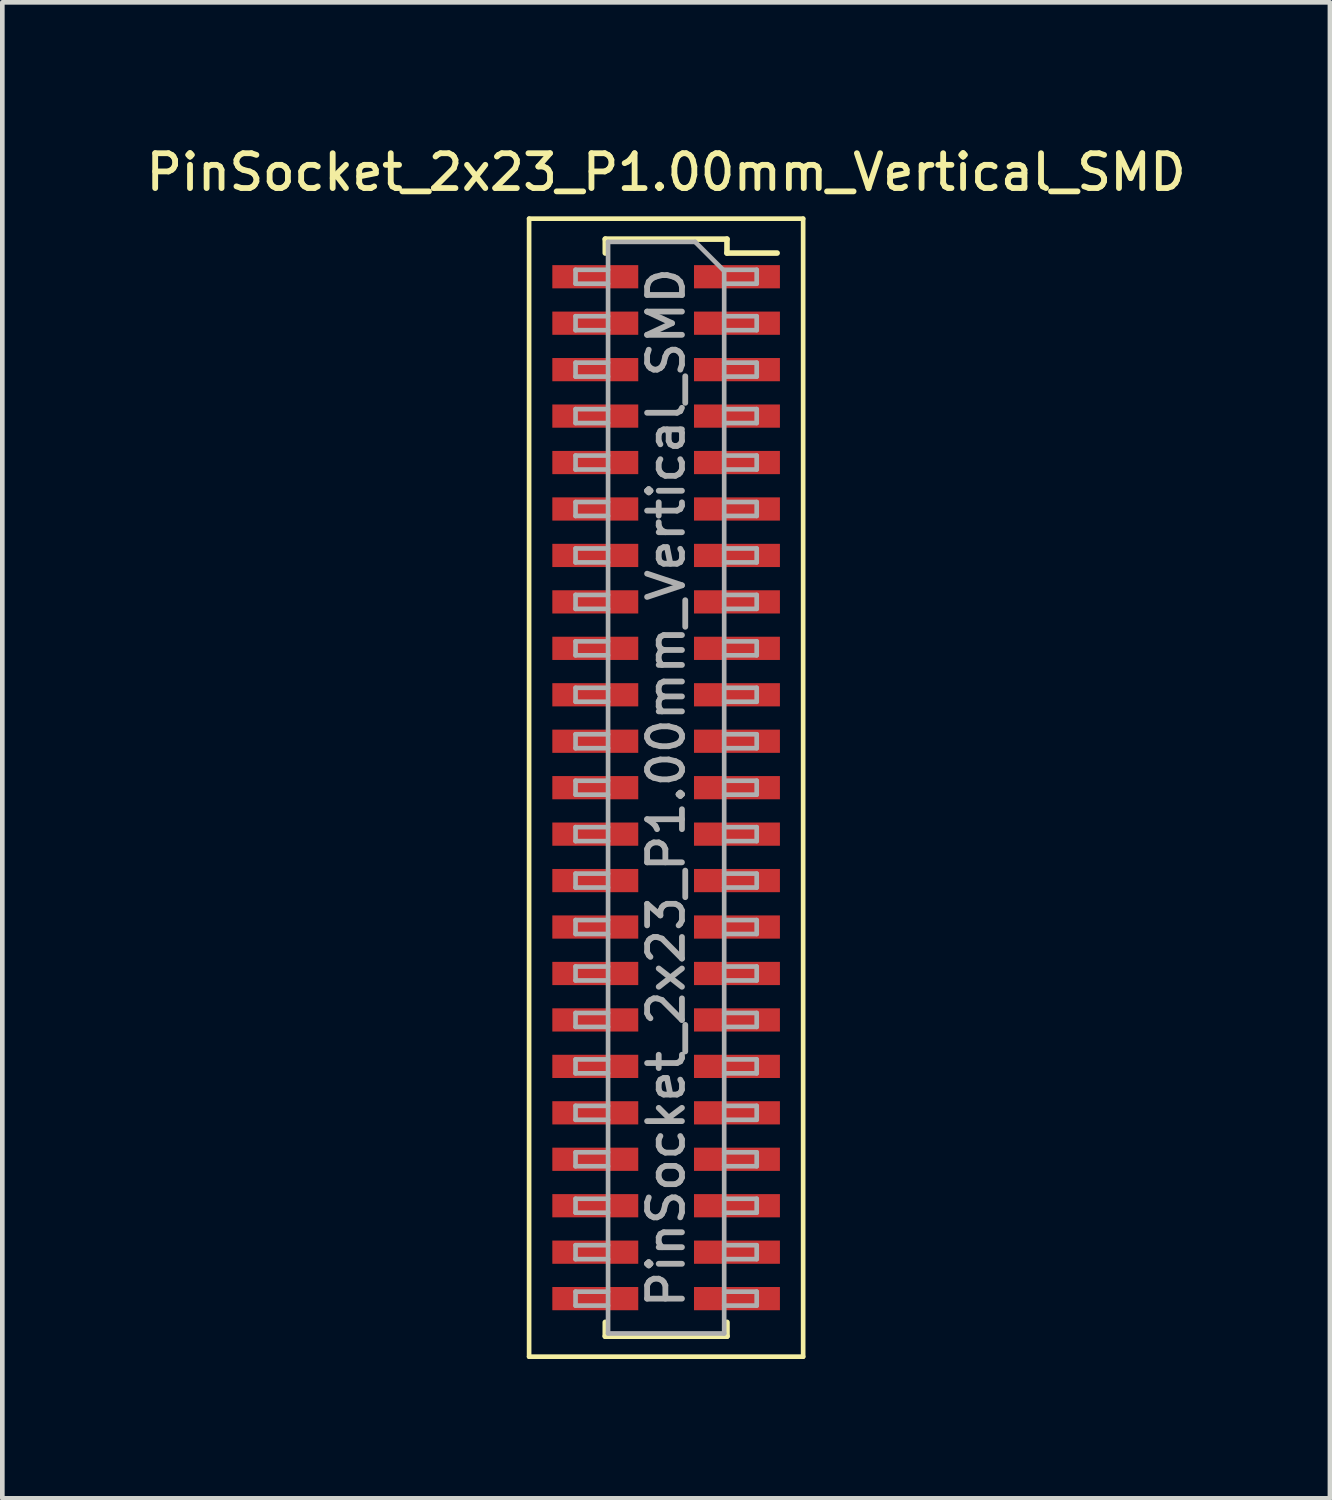
<source format=kicad_pcb>
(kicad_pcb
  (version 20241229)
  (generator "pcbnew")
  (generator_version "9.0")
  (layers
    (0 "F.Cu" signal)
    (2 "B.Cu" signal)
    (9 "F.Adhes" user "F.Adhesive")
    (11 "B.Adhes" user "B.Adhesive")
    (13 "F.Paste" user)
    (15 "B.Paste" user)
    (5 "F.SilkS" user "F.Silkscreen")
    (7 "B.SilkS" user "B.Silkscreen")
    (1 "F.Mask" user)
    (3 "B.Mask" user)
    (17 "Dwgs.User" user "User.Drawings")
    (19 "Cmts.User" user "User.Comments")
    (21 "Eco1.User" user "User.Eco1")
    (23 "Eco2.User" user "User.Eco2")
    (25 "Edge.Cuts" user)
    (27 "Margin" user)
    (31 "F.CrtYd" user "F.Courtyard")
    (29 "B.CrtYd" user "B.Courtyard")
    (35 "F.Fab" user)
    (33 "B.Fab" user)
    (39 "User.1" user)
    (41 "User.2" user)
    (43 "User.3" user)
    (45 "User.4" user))
  (footprint "PinSocket_2x23_P1.00mm_Vertical_SMD"
    (layer "F.Cu")
    (at 11.291 13.908)
    (property "Reference" "PinSocket_2x23_P1.00mm_Vertical_SMD" (at 0 -13.25 0) (layer "F.SilkS") (effects (font (size 0.75 0.75) (thickness 0.125))))
    (attr smd)
    (fp_line (start -2.95 -12.25) (end 2.95 -12.25) (stroke (width 0.1) (type solid)) (layer "F.SilkS"))
    (fp_line (start -2.95 12.25) (end -2.95 -12.25) (stroke (width 0.1) (type solid)) (layer "F.SilkS"))
    (fp_line (start -1.31 -11.81) (end -1.31 -11.51) (stroke (width 0.12) (type solid)) (layer "F.SilkS"))
    (fp_line (start -1.31 -11.81) (end 1.31 -11.81) (stroke (width 0.12) (type solid)) (layer "F.SilkS"))
    (fp_line (start -1.31 11.51) (end -1.31 11.81) (stroke (width 0.12) (type solid)) (layer "F.SilkS"))
    (fp_line (start -1.31 11.81) (end 1.31 11.81) (stroke (width 0.12) (type solid)) (layer "F.SilkS"))
    (fp_line (start 1.31 -11.81) (end 1.31 -11.51) (stroke (width 0.12) (type solid)) (layer "F.SilkS"))
    (fp_line (start 1.31 -11.51) (end 2.39 -11.51) (stroke (width 0.12) (type solid)) (layer "F.SilkS"))
    (fp_line (start 1.31 11.51) (end 1.31 11.81) (stroke (width 0.12) (type solid)) (layer "F.SilkS"))
    (fp_line (start 2.95 -12.25) (end 2.95 12.25) (stroke (width 0.1) (type solid)) (layer "F.SilkS"))
    (fp_line (start 2.95 12.25) (end -2.95 12.25) (stroke (width 0.1) (type solid)) (layer "F.SilkS"))
    (fp_line (start -1.95 -11.15) (end -1.25 -11.15) (stroke (width 0.1) (type solid)) (layer "F.Fab"))
    (fp_line (start -1.95 -10.85) (end -1.95 -11.15) (stroke (width 0.1) (type solid)) (layer "F.Fab"))
    (fp_line (start -1.95 -10.15) (end -1.25 -10.15) (stroke (width 0.1) (type solid)) (layer "F.Fab"))
    (fp_line (start -1.95 -9.85) (end -1.95 -10.15) (stroke (width 0.1) (type solid)) (layer "F.Fab"))
    (fp_line (start -1.95 -9.15) (end -1.25 -9.15) (stroke (width 0.1) (type solid)) (layer "F.Fab"))
    (fp_line (start -1.95 -8.85) (end -1.95 -9.15) (stroke (width 0.1) (type solid)) (layer "F.Fab"))
    (fp_line (start -1.95 -8.15) (end -1.25 -8.15) (stroke (width 0.1) (type solid)) (layer "F.Fab"))
    (fp_line (start -1.95 -7.85) (end -1.95 -8.15) (stroke (width 0.1) (type solid)) (layer "F.Fab"))
    (fp_line (start -1.95 -7.15) (end -1.25 -7.15) (stroke (width 0.1) (type solid)) (layer "F.Fab"))
    (fp_line (start -1.95 -6.85) (end -1.95 -7.15) (stroke (width 0.1) (type solid)) (layer "F.Fab"))
    (fp_line (start -1.95 -6.15) (end -1.25 -6.15) (stroke (width 0.1) (type solid)) (layer "F.Fab"))
    (fp_line (start -1.95 -5.85) (end -1.95 -6.15) (stroke (width 0.1) (type solid)) (layer "F.Fab"))
    (fp_line (start -1.95 -5.15) (end -1.25 -5.15) (stroke (width 0.1) (type solid)) (layer "F.Fab"))
    (fp_line (start -1.95 -4.85) (end -1.95 -5.15) (stroke (width 0.1) (type solid)) (layer "F.Fab"))
    (fp_line (start -1.95 -4.15) (end -1.25 -4.15) (stroke (width 0.1) (type solid)) (layer "F.Fab"))
    (fp_line (start -1.95 -3.85) (end -1.95 -4.15) (stroke (width 0.1) (type solid)) (layer "F.Fab"))
    (fp_line (start -1.95 -3.15) (end -1.25 -3.15) (stroke (width 0.1) (type solid)) (layer "F.Fab"))
    (fp_line (start -1.95 -2.85) (end -1.95 -3.15) (stroke (width 0.1) (type solid)) (layer "F.Fab"))
    (fp_line (start -1.95 -2.15) (end -1.25 -2.15) (stroke (width 0.1) (type solid)) (layer "F.Fab"))
    (fp_line (start -1.95 -1.85) (end -1.95 -2.15) (stroke (width 0.1) (type solid)) (layer "F.Fab"))
    (fp_line (start -1.95 -1.15) (end -1.25 -1.15) (stroke (width 0.1) (type solid)) (layer "F.Fab"))
    (fp_line (start -1.95 -0.85) (end -1.95 -1.15) (stroke (width 0.1) (type solid)) (layer "F.Fab"))
    (fp_line (start -1.95 -0.15) (end -1.25 -0.15) (stroke (width 0.1) (type solid)) (layer "F.Fab"))
    (fp_line (start -1.95 0.15) (end -1.95 -0.15) (stroke (width 0.1) (type solid)) (layer "F.Fab"))
    (fp_line (start -1.95 0.85) (end -1.25 0.85) (stroke (width 0.1) (type solid)) (layer "F.Fab"))
    (fp_line (start -1.95 1.15) (end -1.95 0.85) (stroke (width 0.1) (type solid)) (layer "F.Fab"))
    (fp_line (start -1.95 1.85) (end -1.25 1.85) (stroke (width 0.1) (type solid)) (layer "F.Fab"))
    (fp_line (start -1.95 2.15) (end -1.95 1.85) (stroke (width 0.1) (type solid)) (layer "F.Fab"))
    (fp_line (start -1.95 2.85) (end -1.25 2.85) (stroke (width 0.1) (type solid)) (layer "F.Fab"))
    (fp_line (start -1.95 3.15) (end -1.95 2.85) (stroke (width 0.1) (type solid)) (layer "F.Fab"))
    (fp_line (start -1.95 3.85) (end -1.25 3.85) (stroke (width 0.1) (type solid)) (layer "F.Fab"))
    (fp_line (start -1.95 4.15) (end -1.95 3.85) (stroke (width 0.1) (type solid)) (layer "F.Fab"))
    (fp_line (start -1.95 4.85) (end -1.25 4.85) (stroke (width 0.1) (type solid)) (layer "F.Fab"))
    (fp_line (start -1.95 5.15) (end -1.95 4.85) (stroke (width 0.1) (type solid)) (layer "F.Fab"))
    (fp_line (start -1.95 5.85) (end -1.25 5.85) (stroke (width 0.1) (type solid)) (layer "F.Fab"))
    (fp_line (start -1.95 6.15) (end -1.95 5.85) (stroke (width 0.1) (type solid)) (layer "F.Fab"))
    (fp_line (start -1.95 6.85) (end -1.25 6.85) (stroke (width 0.1) (type solid)) (layer "F.Fab"))
    (fp_line (start -1.95 7.15) (end -1.95 6.85) (stroke (width 0.1) (type solid)) (layer "F.Fab"))
    (fp_line (start -1.95 7.85) (end -1.25 7.85) (stroke (width 0.1) (type solid)) (layer "F.Fab"))
    (fp_line (start -1.95 8.15) (end -1.95 7.85) (stroke (width 0.1) (type solid)) (layer "F.Fab"))
    (fp_line (start -1.95 8.85) (end -1.25 8.85) (stroke (width 0.1) (type solid)) (layer "F.Fab"))
    (fp_line (start -1.95 9.15) (end -1.95 8.85) (stroke (width 0.1) (type solid)) (layer "F.Fab"))
    (fp_line (start -1.95 9.85) (end -1.25 9.85) (stroke (width 0.1) (type solid)) (layer "F.Fab"))
    (fp_line (start -1.95 10.15) (end -1.95 9.85) (stroke (width 0.1) (type solid)) (layer "F.Fab"))
    (fp_line (start -1.95 10.85) (end -1.25 10.85) (stroke (width 0.1) (type solid)) (layer "F.Fab"))
    (fp_line (start -1.95 11.15) (end -1.95 10.85) (stroke (width 0.1) (type solid)) (layer "F.Fab"))
    (fp_line (start -1.25 -11.75) (end 0.625 -11.75) (stroke (width 0.1) (type solid)) (layer "F.Fab"))
    (fp_line (start -1.25 -10.85) (end -1.95 -10.85) (stroke (width 0.1) (type solid)) (layer "F.Fab"))
    (fp_line (start -1.25 -9.85) (end -1.95 -9.85) (stroke (width 0.1) (type solid)) (layer "F.Fab"))
    (fp_line (start -1.25 -8.85) (end -1.95 -8.85) (stroke (width 0.1) (type solid)) (layer "F.Fab"))
    (fp_line (start -1.25 -7.85) (end -1.95 -7.85) (stroke (width 0.1) (type solid)) (layer "F.Fab"))
    (fp_line (start -1.25 -6.85) (end -1.95 -6.85) (stroke (width 0.1) (type solid)) (layer "F.Fab"))
    (fp_line (start -1.25 -5.85) (end -1.95 -5.85) (stroke (width 0.1) (type solid)) (layer "F.Fab"))
    (fp_line (start -1.25 -4.85) (end -1.95 -4.85) (stroke (width 0.1) (type solid)) (layer "F.Fab"))
    (fp_line (start -1.25 -3.85) (end -1.95 -3.85) (stroke (width 0.1) (type solid)) (layer "F.Fab"))
    (fp_line (start -1.25 -2.85) (end -1.95 -2.85) (stroke (width 0.1) (type solid)) (layer "F.Fab"))
    (fp_line (start -1.25 -1.85) (end -1.95 -1.85) (stroke (width 0.1) (type solid)) (layer "F.Fab"))
    (fp_line (start -1.25 -0.85) (end -1.95 -0.85) (stroke (width 0.1) (type solid)) (layer "F.Fab"))
    (fp_line (start -1.25 0.15) (end -1.95 0.15) (stroke (width 0.1) (type solid)) (layer "F.Fab"))
    (fp_line (start -1.25 1.15) (end -1.95 1.15) (stroke (width 0.1) (type solid)) (layer "F.Fab"))
    (fp_line (start -1.25 2.15) (end -1.95 2.15) (stroke (width 0.1) (type solid)) (layer "F.Fab"))
    (fp_line (start -1.25 3.15) (end -1.95 3.15) (stroke (width 0.1) (type solid)) (layer "F.Fab"))
    (fp_line (start -1.25 4.15) (end -1.95 4.15) (stroke (width 0.1) (type solid)) (layer "F.Fab"))
    (fp_line (start -1.25 5.15) (end -1.95 5.15) (stroke (width 0.1) (type solid)) (layer "F.Fab"))
    (fp_line (start -1.25 6.15) (end -1.95 6.15) (stroke (width 0.1) (type solid)) (layer "F.Fab"))
    (fp_line (start -1.25 7.15) (end -1.95 7.15) (stroke (width 0.1) (type solid)) (layer "F.Fab"))
    (fp_line (start -1.25 8.15) (end -1.95 8.15) (stroke (width 0.1) (type solid)) (layer "F.Fab"))
    (fp_line (start -1.25 9.15) (end -1.95 9.15) (stroke (width 0.1) (type solid)) (layer "F.Fab"))
    (fp_line (start -1.25 10.15) (end -1.95 10.15) (stroke (width 0.1) (type solid)) (layer "F.Fab"))
    (fp_line (start -1.25 11.15) (end -1.95 11.15) (stroke (width 0.1) (type solid)) (layer "F.Fab"))
    (fp_line (start -1.25 11.75) (end -1.25 -11.75) (stroke (width 0.1) (type solid)) (layer "F.Fab"))
    (fp_line (start 0.625 -11.75) (end 1.25 -11.125) (stroke (width 0.1) (type solid)) (layer "F.Fab"))
    (fp_line (start 1.25 -11.15) (end 1.95 -11.15) (stroke (width 0.1) (type solid)) (layer "F.Fab"))
    (fp_line (start 1.25 -11.125) (end 1.25 11.75) (stroke (width 0.1) (type solid)) (layer "F.Fab"))
    (fp_line (start 1.25 -10.15) (end 1.95 -10.15) (stroke (width 0.1) (type solid)) (layer "F.Fab"))
    (fp_line (start 1.25 -9.15) (end 1.95 -9.15) (stroke (width 0.1) (type solid)) (layer "F.Fab"))
    (fp_line (start 1.25 -8.15) (end 1.95 -8.15) (stroke (width 0.1) (type solid)) (layer "F.Fab"))
    (fp_line (start 1.25 -7.15) (end 1.95 -7.15) (stroke (width 0.1) (type solid)) (layer "F.Fab"))
    (fp_line (start 1.25 -6.15) (end 1.95 -6.15) (stroke (width 0.1) (type solid)) (layer "F.Fab"))
    (fp_line (start 1.25 -5.15) (end 1.95 -5.15) (stroke (width 0.1) (type solid)) (layer "F.Fab"))
    (fp_line (start 1.25 -4.15) (end 1.95 -4.15) (stroke (width 0.1) (type solid)) (layer "F.Fab"))
    (fp_line (start 1.25 -3.15) (end 1.95 -3.15) (stroke (width 0.1) (type solid)) (layer "F.Fab"))
    (fp_line (start 1.25 -2.15) (end 1.95 -2.15) (stroke (width 0.1) (type solid)) (layer "F.Fab"))
    (fp_line (start 1.25 -1.15) (end 1.95 -1.15) (stroke (width 0.1) (type solid)) (layer "F.Fab"))
    (fp_line (start 1.25 -0.15) (end 1.95 -0.15) (stroke (width 0.1) (type solid)) (layer "F.Fab"))
    (fp_line (start 1.25 0.85) (end 1.95 0.85) (stroke (width 0.1) (type solid)) (layer "F.Fab"))
    (fp_line (start 1.25 1.85) (end 1.95 1.85) (stroke (width 0.1) (type solid)) (layer "F.Fab"))
    (fp_line (start 1.25 2.85) (end 1.95 2.85) (stroke (width 0.1) (type solid)) (layer "F.Fab"))
    (fp_line (start 1.25 3.85) (end 1.95 3.85) (stroke (width 0.1) (type solid)) (layer "F.Fab"))
    (fp_line (start 1.25 4.85) (end 1.95 4.85) (stroke (width 0.1) (type solid)) (layer "F.Fab"))
    (fp_line (start 1.25 5.85) (end 1.95 5.85) (stroke (width 0.1) (type solid)) (layer "F.Fab"))
    (fp_line (start 1.25 6.85) (end 1.95 6.85) (stroke (width 0.1) (type solid)) (layer "F.Fab"))
    (fp_line (start 1.25 7.85) (end 1.95 7.85) (stroke (width 0.1) (type solid)) (layer "F.Fab"))
    (fp_line (start 1.25 8.85) (end 1.95 8.85) (stroke (width 0.1) (type solid)) (layer "F.Fab"))
    (fp_line (start 1.25 9.85) (end 1.95 9.85) (stroke (width 0.1) (type solid)) (layer "F.Fab"))
    (fp_line (start 1.25 10.85) (end 1.95 10.85) (stroke (width 0.1) (type solid)) (layer "F.Fab"))
    (fp_line (start 1.25 11.75) (end -1.25 11.75) (stroke (width 0.1) (type solid)) (layer "F.Fab"))
    (fp_line (start 1.95 -11.15) (end 1.95 -10.85) (stroke (width 0.1) (type solid)) (layer "F.Fab"))
    (fp_line (start 1.95 -10.85) (end 1.25 -10.85) (stroke (width 0.1) (type solid)) (layer "F.Fab"))
    (fp_line (start 1.95 -10.15) (end 1.95 -9.85) (stroke (width 0.1) (type solid)) (layer "F.Fab"))
    (fp_line (start 1.95 -9.85) (end 1.25 -9.85) (stroke (width 0.1) (type solid)) (layer "F.Fab"))
    (fp_line (start 1.95 -9.15) (end 1.95 -8.85) (stroke (width 0.1) (type solid)) (layer "F.Fab"))
    (fp_line (start 1.95 -8.85) (end 1.25 -8.85) (stroke (width 0.1) (type solid)) (layer "F.Fab"))
    (fp_line (start 1.95 -8.15) (end 1.95 -7.85) (stroke (width 0.1) (type solid)) (layer "F.Fab"))
    (fp_line (start 1.95 -7.85) (end 1.25 -7.85) (stroke (width 0.1) (type solid)) (layer "F.Fab"))
    (fp_line (start 1.95 -7.15) (end 1.95 -6.85) (stroke (width 0.1) (type solid)) (layer "F.Fab"))
    (fp_line (start 1.95 -6.85) (end 1.25 -6.85) (stroke (width 0.1) (type solid)) (layer "F.Fab"))
    (fp_line (start 1.95 -6.15) (end 1.95 -5.85) (stroke (width 0.1) (type solid)) (layer "F.Fab"))
    (fp_line (start 1.95 -5.85) (end 1.25 -5.85) (stroke (width 0.1) (type solid)) (layer "F.Fab"))
    (fp_line (start 1.95 -5.15) (end 1.95 -4.85) (stroke (width 0.1) (type solid)) (layer "F.Fab"))
    (fp_line (start 1.95 -4.85) (end 1.25 -4.85) (stroke (width 0.1) (type solid)) (layer "F.Fab"))
    (fp_line (start 1.95 -4.15) (end 1.95 -3.85) (stroke (width 0.1) (type solid)) (layer "F.Fab"))
    (fp_line (start 1.95 -3.85) (end 1.25 -3.85) (stroke (width 0.1) (type solid)) (layer "F.Fab"))
    (fp_line (start 1.95 -3.15) (end 1.95 -2.85) (stroke (width 0.1) (type solid)) (layer "F.Fab"))
    (fp_line (start 1.95 -2.85) (end 1.25 -2.85) (stroke (width 0.1) (type solid)) (layer "F.Fab"))
    (fp_line (start 1.95 -2.15) (end 1.95 -1.85) (stroke (width 0.1) (type solid)) (layer "F.Fab"))
    (fp_line (start 1.95 -1.85) (end 1.25 -1.85) (stroke (width 0.1) (type solid)) (layer "F.Fab"))
    (fp_line (start 1.95 -1.15) (end 1.95 -0.85) (stroke (width 0.1) (type solid)) (layer "F.Fab"))
    (fp_line (start 1.95 -0.85) (end 1.25 -0.85) (stroke (width 0.1) (type solid)) (layer "F.Fab"))
    (fp_line (start 1.95 -0.15) (end 1.95 0.15) (stroke (width 0.1) (type solid)) (layer "F.Fab"))
    (fp_line (start 1.95 0.15) (end 1.25 0.15) (stroke (width 0.1) (type solid)) (layer "F.Fab"))
    (fp_line (start 1.95 0.85) (end 1.95 1.15) (stroke (width 0.1) (type solid)) (layer "F.Fab"))
    (fp_line (start 1.95 1.15) (end 1.25 1.15) (stroke (width 0.1) (type solid)) (layer "F.Fab"))
    (fp_line (start 1.95 1.85) (end 1.95 2.15) (stroke (width 0.1) (type solid)) (layer "F.Fab"))
    (fp_line (start 1.95 2.15) (end 1.25 2.15) (stroke (width 0.1) (type solid)) (layer "F.Fab"))
    (fp_line (start 1.95 2.85) (end 1.95 3.15) (stroke (width 0.1) (type solid)) (layer "F.Fab"))
    (fp_line (start 1.95 3.15) (end 1.25 3.15) (stroke (width 0.1) (type solid)) (layer "F.Fab"))
    (fp_line (start 1.95 3.85) (end 1.95 4.15) (stroke (width 0.1) (type solid)) (layer "F.Fab"))
    (fp_line (start 1.95 4.15) (end 1.25 4.15) (stroke (width 0.1) (type solid)) (layer "F.Fab"))
    (fp_line (start 1.95 4.85) (end 1.95 5.15) (stroke (width 0.1) (type solid)) (layer "F.Fab"))
    (fp_line (start 1.95 5.15) (end 1.25 5.15) (stroke (width 0.1) (type solid)) (layer "F.Fab"))
    (fp_line (start 1.95 5.85) (end 1.95 6.15) (stroke (width 0.1) (type solid)) (layer "F.Fab"))
    (fp_line (start 1.95 6.15) (end 1.25 6.15) (stroke (width 0.1) (type solid)) (layer "F.Fab"))
    (fp_line (start 1.95 6.85) (end 1.95 7.15) (stroke (width 0.1) (type solid)) (layer "F.Fab"))
    (fp_line (start 1.95 7.15) (end 1.25 7.15) (stroke (width 0.1) (type solid)) (layer "F.Fab"))
    (fp_line (start 1.95 7.85) (end 1.95 8.15) (stroke (width 0.1) (type solid)) (layer "F.Fab"))
    (fp_line (start 1.95 8.15) (end 1.25 8.15) (stroke (width 0.1) (type solid)) (layer "F.Fab"))
    (fp_line (start 1.95 8.85) (end 1.95 9.15) (stroke (width 0.1) (type solid)) (layer "F.Fab"))
    (fp_line (start 1.95 9.15) (end 1.25 9.15) (stroke (width 0.1) (type solid)) (layer "F.Fab"))
    (fp_line (start 1.95 9.85) (end 1.95 10.15) (stroke (width 0.1) (type solid)) (layer "F.Fab"))
    (fp_line (start 1.95 10.15) (end 1.25 10.15) (stroke (width 0.1) (type solid)) (layer "F.Fab"))
    (fp_line (start 1.95 10.85) (end 1.95 11.15) (stroke (width 0.1) (type solid)) (layer "F.Fab"))
    (fp_line (start 1.95 11.15) (end 1.25 11.15) (stroke (width 0.1) (type solid)) (layer "F.Fab"))
    (fp_text user "${REFERENCE}" (at 0 0 90) (layer "F.Fab") (effects (font (size 0.75 0.75) (thickness 0.125))))
    (pad "1" smd rect (at 1.525 -11) (size 1.85 0.5) (layers "F.Cu" "F.Mask" "F.Paste"))
    (pad "2" smd rect (at -1.525 -11) (size 1.85 0.5) (layers "F.Cu" "F.Mask" "F.Paste"))
    (pad "3" smd rect (at 1.525 -10) (size 1.85 0.5) (layers "F.Cu" "F.Mask" "F.Paste"))
    (pad "4" smd rect (at -1.525 -10) (size 1.85 0.5) (layers "F.Cu" "F.Mask" "F.Paste"))
    (pad "5" smd rect (at 1.525 -9) (size 1.85 0.5) (layers "F.Cu" "F.Mask" "F.Paste"))
    (pad "6" smd rect (at -1.525 -9) (size 1.85 0.5) (layers "F.Cu" "F.Mask" "F.Paste"))
    (pad "7" smd rect (at 1.525 -8) (size 1.85 0.5) (layers "F.Cu" "F.Mask" "F.Paste"))
    (pad "8" smd rect (at -1.525 -8) (size 1.85 0.5) (layers "F.Cu" "F.Mask" "F.Paste"))
    (pad "9" smd rect (at 1.525 -7) (size 1.85 0.5) (layers "F.Cu" "F.Mask" "F.Paste"))
    (pad "10" smd rect (at -1.525 -7) (size 1.85 0.5) (layers "F.Cu" "F.Mask" "F.Paste"))
    (pad "11" smd rect (at 1.525 -6) (size 1.85 0.5) (layers "F.Cu" "F.Mask" "F.Paste"))
    (pad "12" smd rect (at -1.525 -6) (size 1.85 0.5) (layers "F.Cu" "F.Mask" "F.Paste"))
    (pad "13" smd rect (at 1.525 -5) (size 1.85 0.5) (layers "F.Cu" "F.Mask" "F.Paste"))
    (pad "14" smd rect (at -1.525 -5) (size 1.85 0.5) (layers "F.Cu" "F.Mask" "F.Paste"))
    (pad "15" smd rect (at 1.525 -4) (size 1.85 0.5) (layers "F.Cu" "F.Mask" "F.Paste"))
    (pad "16" smd rect (at -1.525 -4) (size 1.85 0.5) (layers "F.Cu" "F.Mask" "F.Paste"))
    (pad "17" smd rect (at 1.525 -3) (size 1.85 0.5) (layers "F.Cu" "F.Mask" "F.Paste"))
    (pad "18" smd rect (at -1.525 -3) (size 1.85 0.5) (layers "F.Cu" "F.Mask" "F.Paste"))
    (pad "19" smd rect (at 1.525 -2) (size 1.85 0.5) (layers "F.Cu" "F.Mask" "F.Paste"))
    (pad "20" smd rect (at -1.525 -2) (size 1.85 0.5) (layers "F.Cu" "F.Mask" "F.Paste"))
    (pad "21" smd rect (at 1.525 -1) (size 1.85 0.5) (layers "F.Cu" "F.Mask" "F.Paste"))
    (pad "22" smd rect (at -1.525 -1) (size 1.85 0.5) (layers "F.Cu" "F.Mask" "F.Paste"))
    (pad "23" smd rect (at 1.525 0) (size 1.85 0.5) (layers "F.Cu" "F.Mask" "F.Paste"))
    (pad "24" smd rect (at -1.525 0) (size 1.85 0.5) (layers "F.Cu" "F.Mask" "F.Paste"))
    (pad "25" smd rect (at 1.525 1) (size 1.85 0.5) (layers "F.Cu" "F.Mask" "F.Paste"))
    (pad "26" smd rect (at -1.525 1) (size 1.85 0.5) (layers "F.Cu" "F.Mask" "F.Paste"))
    (pad "27" smd rect (at 1.525 2) (size 1.85 0.5) (layers "F.Cu" "F.Mask" "F.Paste"))
    (pad "28" smd rect (at -1.525 2) (size 1.85 0.5) (layers "F.Cu" "F.Mask" "F.Paste"))
    (pad "29" smd rect (at 1.525 3) (size 1.85 0.5) (layers "F.Cu" "F.Mask" "F.Paste"))
    (pad "30" smd rect (at -1.525 3) (size 1.85 0.5) (layers "F.Cu" "F.Mask" "F.Paste"))
    (pad "31" smd rect (at 1.525 4) (size 1.85 0.5) (layers "F.Cu" "F.Mask" "F.Paste"))
    (pad "32" smd rect (at -1.525 4) (size 1.85 0.5) (layers "F.Cu" "F.Mask" "F.Paste"))
    (pad "33" smd rect (at 1.525 5) (size 1.85 0.5) (layers "F.Cu" "F.Mask" "F.Paste"))
    (pad "34" smd rect (at -1.525 5) (size 1.85 0.5) (layers "F.Cu" "F.Mask" "F.Paste"))
    (pad "35" smd rect (at 1.525 6) (size 1.85 0.5) (layers "F.Cu" "F.Mask" "F.Paste"))
    (pad "36" smd rect (at -1.525 6) (size 1.85 0.5) (layers "F.Cu" "F.Mask" "F.Paste"))
    (pad "37" smd rect (at 1.525 7) (size 1.85 0.5) (layers "F.Cu" "F.Mask" "F.Paste"))
    (pad "38" smd rect (at -1.525 7) (size 1.85 0.5) (layers "F.Cu" "F.Mask" "F.Paste"))
    (pad "39" smd rect (at 1.525 8) (size 1.85 0.5) (layers "F.Cu" "F.Mask" "F.Paste"))
    (pad "40" smd rect (at -1.525 8) (size 1.85 0.5) (layers "F.Cu" "F.Mask" "F.Paste"))
    (pad "41" smd rect (at 1.525 9) (size 1.85 0.5) (layers "F.Cu" "F.Mask" "F.Paste"))
    (pad "42" smd rect (at -1.525 9) (size 1.85 0.5) (layers "F.Cu" "F.Mask" "F.Paste"))
    (pad "43" smd rect (at 1.525 10) (size 1.85 0.5) (layers "F.Cu" "F.Mask" "F.Paste"))
    (pad "44" smd rect (at -1.525 10) (size 1.85 0.5) (layers "F.Cu" "F.Mask" "F.Paste"))
    (pad "45" smd rect (at 1.525 11) (size 1.85 0.5) (layers "F.Cu" "F.Mask" "F.Paste"))
    (pad "46" smd rect (at -1.525 11) (size 1.85 0.5) (layers "F.Cu" "F.Mask" "F.Paste")))
  (gr_rect
    (start -3 -3)
    (end 25.582 29.208)
    (stroke (width 0.1) (type default))
    (fill no)
    (layer "Edge.Cuts")))
</source>
